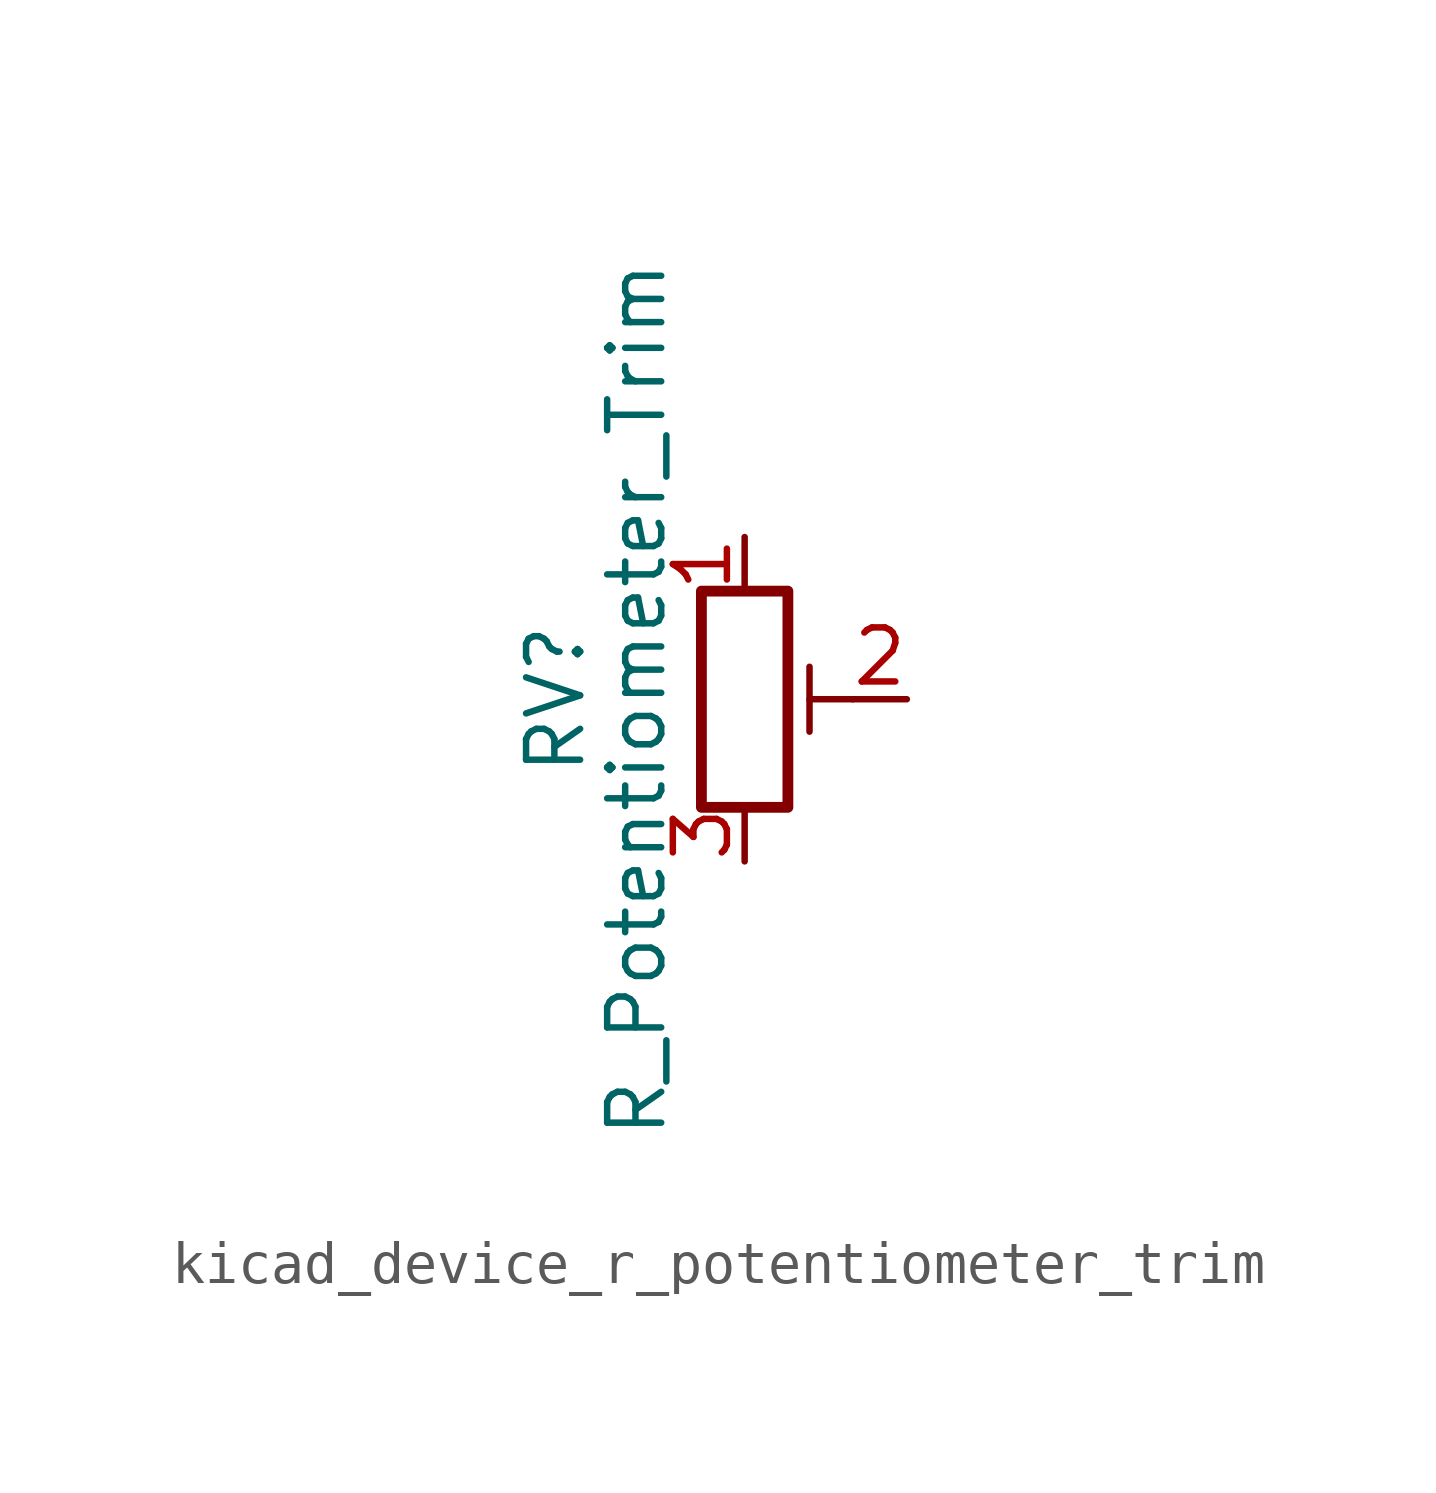
<source format=kicad_sym>
(kicad_symbol_lib
  (version 20220914)
  (generator kicad_symbol_editor)
  (symbol "kicad_device_r_potentiometer_trim"
    (pin_names
      (offset 1.016) hide)
    (property "Reference" "RV"
      (at -4.445 0 90)
      (effects (font (size 1.27 1.27))))
    (property "Value" "R_Potentiometer_Trim"
      (at -2.54 0 90)
      (effects (font (size 1.27 1.27))))
    (symbol "kicad_device_r_potentiometer_trim_0_1"
      (polyline (pts (xy 1.524 0.762) (xy 1.524 -0.762)) (stroke (width 0) (type default)) (fill (type none)))
      (polyline (pts (xy 2.54 0) (xy 1.524 0)) (stroke (width 0) (type default)) (fill (type none)))
      (rectangle (start 1.016 2.54) (end -1.016 -2.54) (stroke (width 0.254) (type default)) (fill (type none))))
    (symbol "kicad_device_r_potentiometer_trim_1_1"
      (pin passive line (at 0 3.81 270) (length 1.27) (name "1" (effects (font (size 1.27 1.27)))) (number "1" (effects (font (size 1.27 1.27)))))
      (pin passive line (at 3.81 0 180) (length 1.27) (name "2" (effects (font (size 1.27 1.27)))) (number "2" (effects (font (size 1.27 1.27)))))
      (pin passive line (at 0 -3.81 90) (length 1.27) (name "3" (effects (font (size 1.27 1.27)))) (number "3" (effects (font (size 1.27 1.27))))))))
</source>
